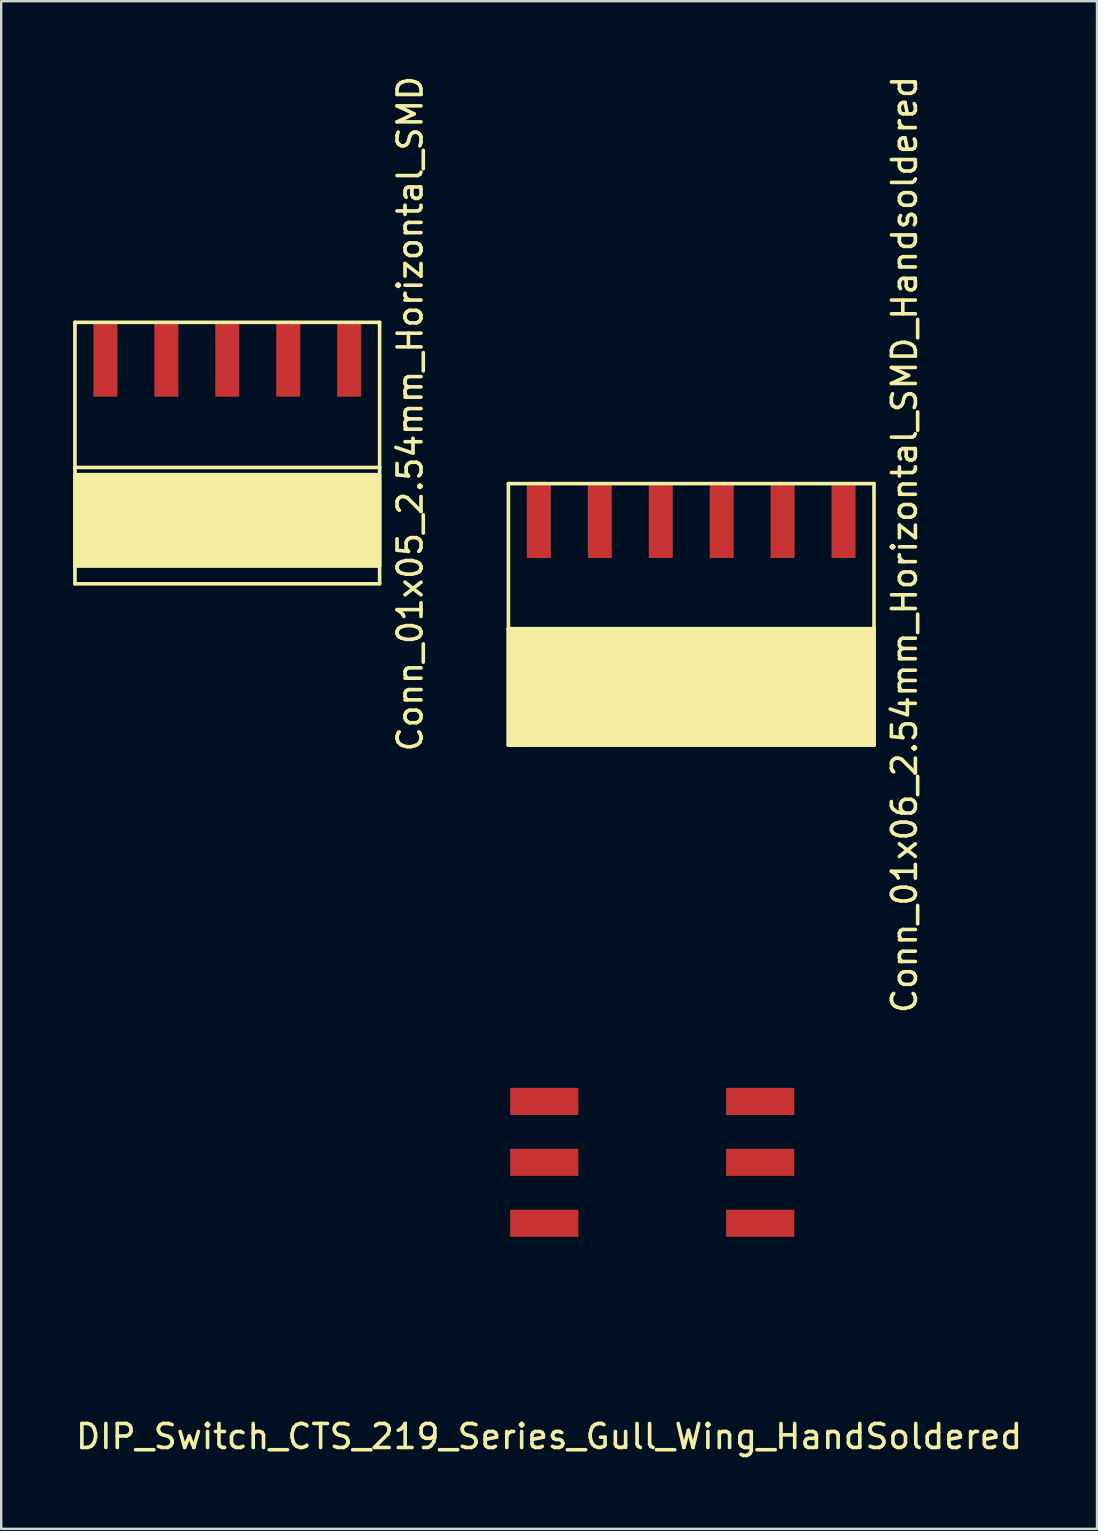
<source format=kicad_pcb>
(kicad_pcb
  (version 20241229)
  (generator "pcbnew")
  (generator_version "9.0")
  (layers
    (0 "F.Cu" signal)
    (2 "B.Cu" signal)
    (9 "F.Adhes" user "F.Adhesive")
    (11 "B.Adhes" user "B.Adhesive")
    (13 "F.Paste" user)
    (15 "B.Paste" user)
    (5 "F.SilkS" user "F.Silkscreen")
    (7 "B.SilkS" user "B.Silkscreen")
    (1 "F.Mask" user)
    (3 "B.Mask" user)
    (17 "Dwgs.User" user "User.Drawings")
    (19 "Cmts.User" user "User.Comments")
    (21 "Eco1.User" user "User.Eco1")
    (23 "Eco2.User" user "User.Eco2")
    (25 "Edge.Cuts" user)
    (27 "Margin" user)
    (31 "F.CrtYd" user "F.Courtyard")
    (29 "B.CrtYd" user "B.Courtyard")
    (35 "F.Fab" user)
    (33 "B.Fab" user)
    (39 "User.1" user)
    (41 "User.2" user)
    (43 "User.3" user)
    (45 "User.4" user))
  (footprint "DIP_Switch_CTS_219_Series_Gull_Wing_HandSoldered"
    (layer "F.Cu")
    (at 19.839 42.863)
    (property "Reference" "DIP_Switch_CTS_219_Series_Gull_Wing_HandSoldered" (at 0 13.97 0) (layer "F.SilkS") (effects (font (size 1 1) (thickness 0.15))))
    (attr through_hole)
    (pad "1" smd rect (at 0 0) (size 2.84 1.13) (drill (offset -0.2 0)) (layers "F.Cu" "F.Mask" "F.Paste"))
    (pad "2" smd rect (at 0 2.54) (size 2.84 1.13) (drill (offset -0.2 0)) (layers "F.Cu" "F.Mask" "F.Paste"))
    (pad "3" smd rect (at 0 5.08) (size 2.84 1.13) (drill (offset -0.2 0)) (layers "F.Cu" "F.Mask" "F.Paste"))
    (pad "4" smd rect (at 8.6 5.08) (size 2.84 1.13) (drill (offset 0.2 0)) (layers "F.Cu" "F.Mask" "F.Paste"))
    (pad "5" smd rect (at 8.6 2.54) (size 2.84 1.13) (drill (offset 0.2 0)) (layers "F.Cu" "F.Mask" "F.Paste"))
    (pad "6" smd rect (at 8.6 0) (size 2.84 1.13) (drill (offset 0.2 0)) (layers "F.Cu" "F.Mask" "F.Paste")))
  (footprint "Conn_01x05_2.54mm_Horizontal_SMD"
    (layer "F.Cu")
    (at 1.345 10.386)
    (property "Reference" "Conn_01x05_2.54mm_Horizontal_SMD" (at 12.7 3.81 90) (layer "F.SilkS") (effects (font (size 1 1) (thickness 0.15))))
    (attr through_hole)
    (fp_line (start -1.27 0) (end -1.27 6.05) (stroke (width 0.15) (type solid)) (layer "F.SilkS"))
    (fp_line (start -1.27 0) (end 11.43 0) (stroke (width 0.15) (type solid)) (layer "F.SilkS"))
    (fp_line (start -1.27 6.05) (end -1.27 10.9) (stroke (width 0.15) (type solid)) (layer "F.SilkS"))
    (fp_line (start -1.27 10.9) (end 11.43 10.9) (stroke (width 0.15) (type solid)) (layer "F.SilkS"))
    (fp_line (start 11.43 0) (end 11.43 6.05) (stroke (width 0.15) (type solid)) (layer "F.SilkS"))
    (fp_line (start 11.43 6.05) (end -1.27 6.05) (stroke (width 0.15) (type solid)) (layer "F.SilkS"))
    (fp_line (start 11.43 6.05) (end 11.43 10.9) (stroke (width 0.15) (type solid)) (layer "F.SilkS"))
    (fp_poly (pts (xy -1.27 6.35) (xy 11.43 6.35) (xy 11.43 10.16) (xy -1.27 10.16)) (stroke (width 0.15) (type solid)) (fill yes) (layer "F.SilkS"))
    (pad "1" smd rect (at 0 1.85) (size 1 3.1) (drill (offset 0 -0.3)) (layers "F.Cu" "F.Mask" "F.Paste"))
    (pad "2" smd rect (at 2.54 1.85) (size 1 3.1) (drill (offset 0 -0.3)) (layers "F.Cu" "F.Mask" "F.Paste"))
    (pad "3" smd rect (at 5.08 1.85) (size 1 3.1) (drill (offset 0 -0.3)) (layers "F.Cu" "F.Mask" "F.Paste"))
    (pad "4" smd rect (at 7.62 1.85) (size 1 3.1) (drill (offset 0 -0.3)) (layers "F.Cu" "F.Mask" "F.Paste"))
    (pad "5" smd rect (at 10.16 1.85) (size 1 3.1) (drill (offset 0 -0.3)) (layers "F.Cu" "F.Mask" "F.Paste")))
  (footprint "Conn_01x06_2.54mm_Horizontal_SMD_Handsoldered"
    (layer "F.Cu")
    (at 18.143 17.109)
    (property "Reference" "Conn_01x06_2.54mm_Horizontal_SMD_Handsoldered" (at 16.51 2.54 90) (layer "F.SilkS") (effects (font (size 1 1) (thickness 0.15))))
    (attr through_hole)
    (fp_line (start 0 0) (end 0 6.05) (stroke (width 0.15) (type solid)) (layer "F.SilkS"))
    (fp_line (start 0 0) (end 15.24 0) (stroke (width 0.15) (type solid)) (layer "F.SilkS"))
    (fp_line (start 0 6.05) (end 0 10.9) (stroke (width 0.15) (type solid)) (layer "F.SilkS"))
    (fp_line (start 0 10.9) (end 15.24 10.9) (stroke (width 0.15) (type solid)) (layer "F.SilkS"))
    (fp_line (start 15.24 0) (end 15.24 6.05) (stroke (width 0.15) (type solid)) (layer "F.SilkS"))
    (fp_line (start 15.24 6.05) (end 0 6.05) (stroke (width 0.15) (type solid)) (layer "F.SilkS"))
    (fp_line (start 15.24 6.05) (end 15.24 10.9) (stroke (width 0.15) (type solid)) (layer "F.SilkS"))
    (fp_poly (pts (xy 0 6.05) (xy 15.24 6.05) (xy 15.24 10.9) (xy 0 10.9)) (stroke (width 0.15) (type solid)) (fill yes) (layer "F.SilkS"))
    (pad "1" smd rect (at 1.27 1.85) (size 1 3.1) (drill (offset 0 -0.3)) (layers "F.Cu" "F.Mask" "F.Paste"))
    (pad "2" smd rect (at 3.81 1.85) (size 1 3.1) (drill (offset 0 -0.3)) (layers "F.Cu" "F.Mask" "F.Paste"))
    (pad "3" smd rect (at 6.35 1.85) (size 1 3.1) (drill (offset 0 -0.3)) (layers "F.Cu" "F.Mask" "F.Paste"))
    (pad "4" smd rect (at 8.89 1.85) (size 1 3.1) (drill (offset 0 -0.3)) (layers "F.Cu" "F.Mask" "F.Paste"))
    (pad "5" smd rect (at 11.43 1.85) (size 1 3.1) (drill (offset 0 -0.3)) (layers "F.Cu" "F.Mask" "F.Paste"))
    (pad "6" smd rect (at 13.97 1.85) (size 1 3.1) (drill (offset 0 -0.3)) (layers "F.Cu" "F.Mask" "F.Paste")))
  (gr_rect
    (start -3 -3)
    (end 42.679 60.681)
    (stroke (width 0.1) (type default))
    (fill no)
    (layer "Edge.Cuts")))
</source>
